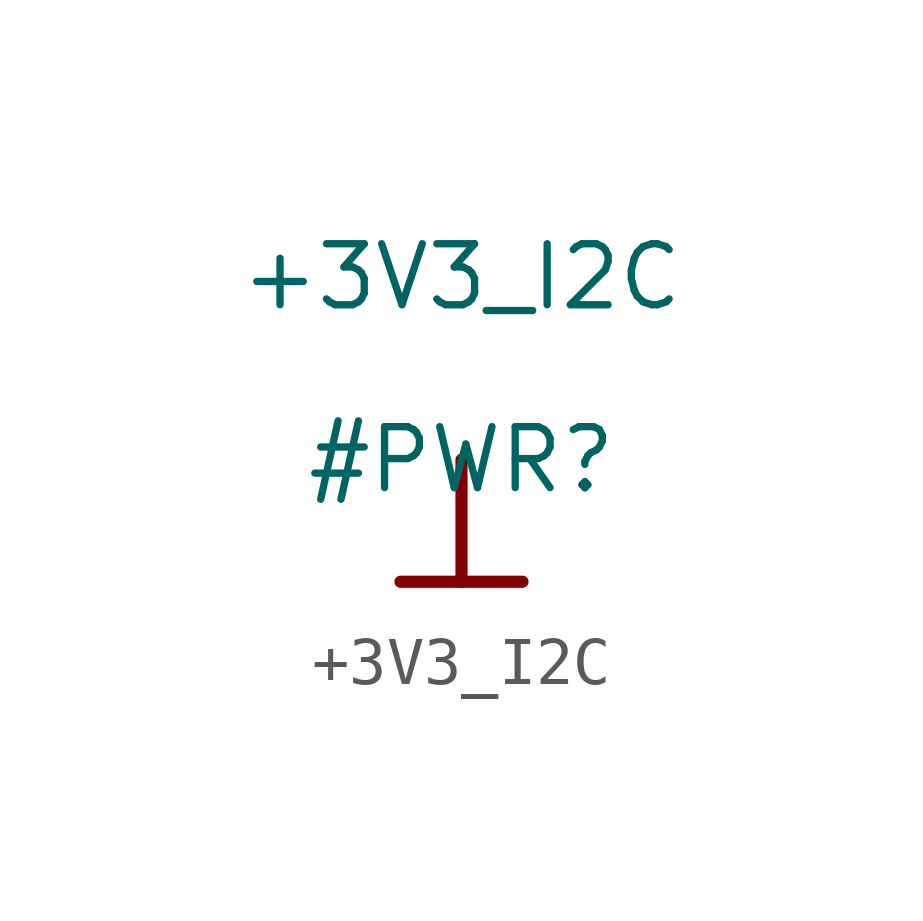
<source format=kicad_sym>
(kicad_symbol_lib
  (version 20220914)
  (generator kicad_symbol_editor)
  (symbol "+3V3_I2C"
    (power)
    (property "Reference" "#PWR"
      (at 0 0 0)
      (effects (font (size 1.27 1.27))))
    (property "Value" "+3V3_I2C"
      (at 0 3.81 0)
      (effects (font (size 1.27 1.27))))
    (symbol "+3V3_I2C_0_0"
      (polyline (pts (xy -1.27 -2.54) (xy 1.27 -2.54)) (stroke (width 0.254) (type solid)) (fill (type none)))
      (polyline (pts (xy 0 0) (xy 0 -2.54)) (stroke (width 0.254) (type solid)) (fill (type none)))
      (pin power_in line (at 0 0 0) (length 0) hide (name "+3V3_I2C" (effects (font (size 1.27 1.27)))) (number "" (effects (font (size 1.27 1.27))))))))
</source>
